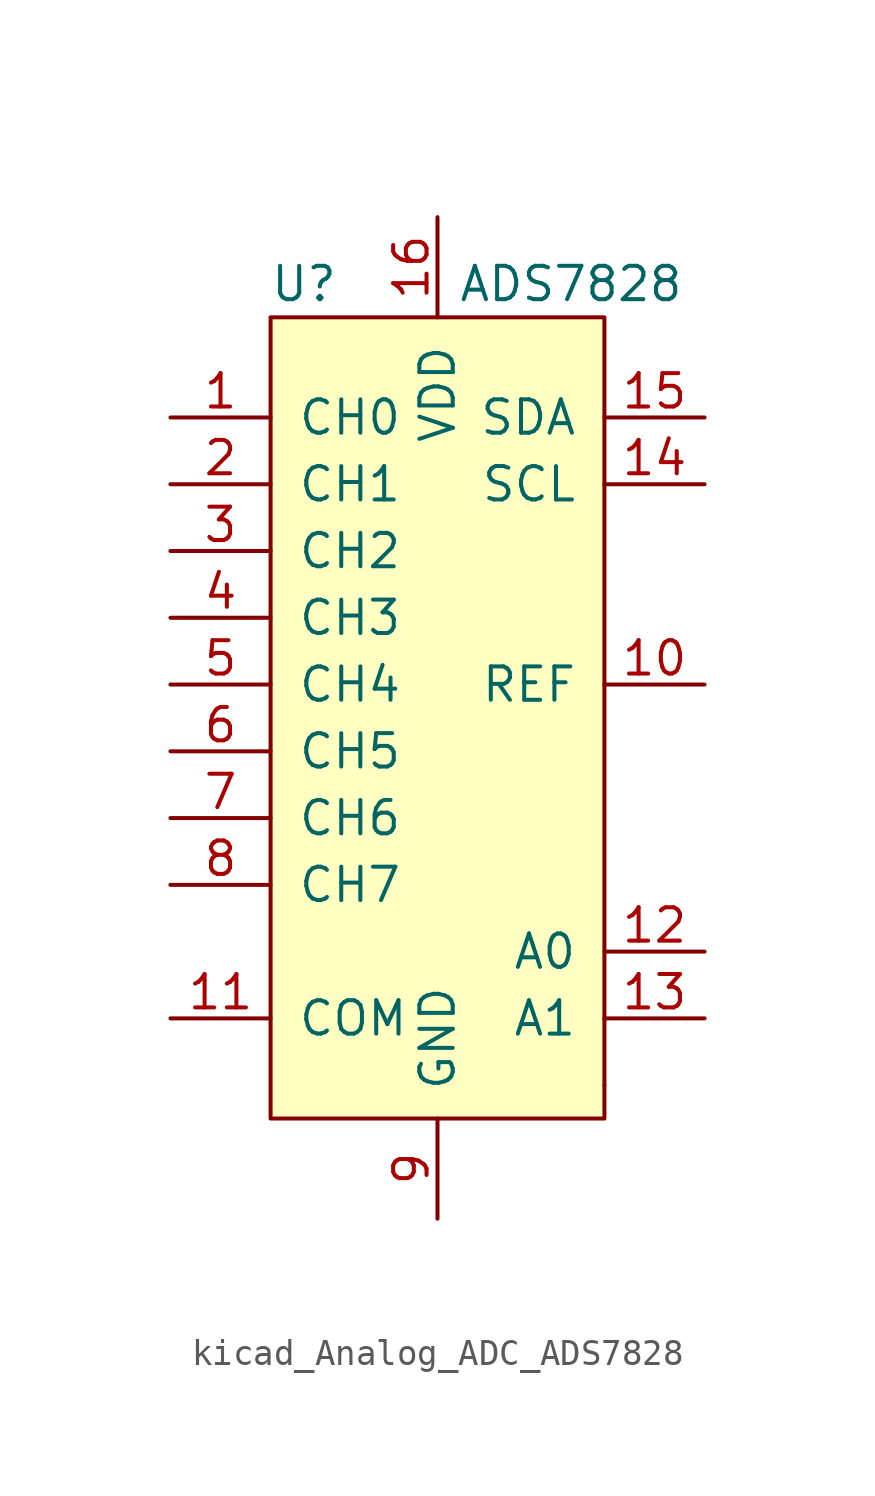
<source format=kicad_sym>
(kicad_symbol_lib
  (version 20220914)
  (generator kicad_symbol_editor)
  (symbol "kicad_Analog_ADC_ADS7828"
    (pin_names
      (offset 1.016))
    (property "Reference" "U"
      (at -5.08 15.24 0)
      (effects (font (size 1.27 1.27))))
    (property "Value" "ADS7828"
      (at 5.08 15.24 0)
      (effects (font (size 1.27 1.27))))
    (symbol "kicad_Analog_ADC_ADS7828_0_1"
      (rectangle (start -6.35 13.97) (end 6.35 -16.51) (stroke (width 0) (type default)) (fill (type background)))
      (rectangle (start 6.35 -15.24) (end 6.35 -15.24) (stroke (width 0) (type default)) (fill (type none))))
    (symbol "kicad_Analog_ADC_ADS7828_1_1"
      (pin input line (at -10.16 10.16 0) (length 3.81) (name "CH0" (effects (font (size 1.27 1.27)))) (number "1" (effects (font (size 1.27 1.27)))))
      (pin bidirectional line (at 10.16 0 180) (length 3.81) (name "REF" (effects (font (size 1.27 1.27)))) (number "10" (effects (font (size 1.27 1.27)))))
      (pin input line (at -10.16 -12.7 0) (length 3.81) (name "COM" (effects (font (size 1.27 1.27)))) (number "11" (effects (font (size 1.27 1.27)))))
      (pin input line (at 10.16 -10.16 180) (length 3.81) (name "A0" (effects (font (size 1.27 1.27)))) (number "12" (effects (font (size 1.27 1.27)))))
      (pin input line (at 10.16 -12.7 180) (length 3.81) (name "A1" (effects (font (size 1.27 1.27)))) (number "13" (effects (font (size 1.27 1.27)))))
      (pin input line (at 10.16 7.62 180) (length 3.81) (name "SCL" (effects (font (size 1.27 1.27)))) (number "14" (effects (font (size 1.27 1.27)))))
      (pin bidirectional line (at 10.16 10.16 180) (length 3.81) (name "SDA" (effects (font (size 1.27 1.27)))) (number "15" (effects (font (size 1.27 1.27)))))
      (pin power_in line (at 0 17.78 270) (length 3.81) (name "VDD" (effects (font (size 1.27 1.27)))) (number "16" (effects (font (size 1.27 1.27)))))
      (pin input line (at -10.16 7.62 0) (length 3.81) (name "CH1" (effects (font (size 1.27 1.27)))) (number "2" (effects (font (size 1.27 1.27)))))
      (pin input line (at -10.16 5.08 0) (length 3.81) (name "CH2" (effects (font (size 1.27 1.27)))) (number "3" (effects (font (size 1.27 1.27)))))
      (pin input line (at -10.16 2.54 0) (length 3.81) (name "CH3" (effects (font (size 1.27 1.27)))) (number "4" (effects (font (size 1.27 1.27)))))
      (pin input line (at -10.16 0 0) (length 3.81) (name "CH4" (effects (font (size 1.27 1.27)))) (number "5" (effects (font (size 1.27 1.27)))))
      (pin input line (at -10.16 -2.54 0) (length 3.81) (name "CH5" (effects (font (size 1.27 1.27)))) (number "6" (effects (font (size 1.27 1.27)))))
      (pin input line (at -10.16 -5.08 0) (length 3.81) (name "CH6" (effects (font (size 1.27 1.27)))) (number "7" (effects (font (size 1.27 1.27)))))
      (pin input line (at -10.16 -7.62 0) (length 3.81) (name "CH7" (effects (font (size 1.27 1.27)))) (number "8" (effects (font (size 1.27 1.27)))))
      (pin power_in line (at 0 -20.32 90) (length 3.81) (name "GND" (effects (font (size 1.27 1.27)))) (number "9" (effects (font (size 1.27 1.27))))))))
</source>
